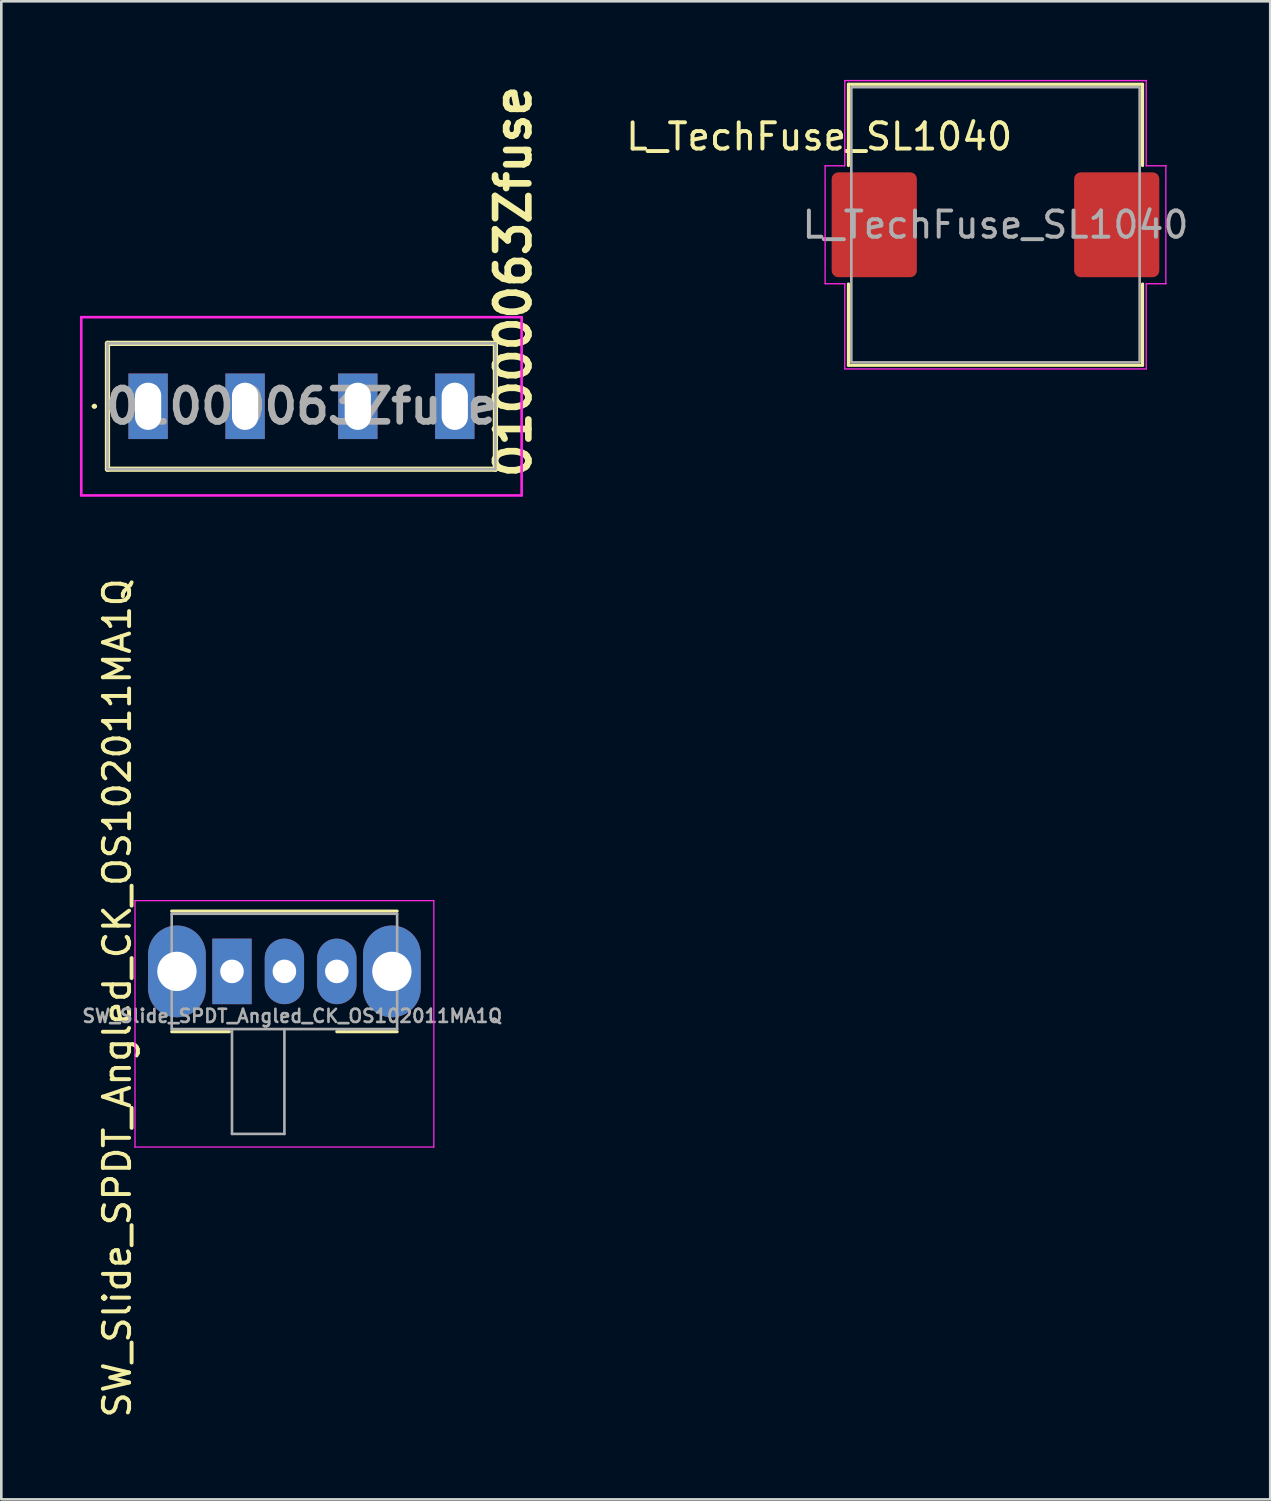
<source format=kicad_pcb>
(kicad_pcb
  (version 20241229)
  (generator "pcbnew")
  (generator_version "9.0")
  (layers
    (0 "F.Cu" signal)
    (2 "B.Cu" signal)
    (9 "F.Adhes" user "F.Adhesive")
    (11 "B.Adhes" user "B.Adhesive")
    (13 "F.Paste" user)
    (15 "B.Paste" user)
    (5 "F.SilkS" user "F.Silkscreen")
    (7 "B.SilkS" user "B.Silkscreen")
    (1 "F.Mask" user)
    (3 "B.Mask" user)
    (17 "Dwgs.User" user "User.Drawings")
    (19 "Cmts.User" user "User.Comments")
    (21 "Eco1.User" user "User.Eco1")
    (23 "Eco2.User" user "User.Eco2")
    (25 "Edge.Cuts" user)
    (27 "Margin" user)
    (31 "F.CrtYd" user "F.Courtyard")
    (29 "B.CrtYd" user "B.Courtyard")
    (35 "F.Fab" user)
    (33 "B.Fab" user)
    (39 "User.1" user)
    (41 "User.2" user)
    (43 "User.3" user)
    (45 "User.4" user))
  (footprint "L_TechFuse_SL1040"
    (layer "F.Cu")
    (at 34.928 5.525)
    (property "Reference" "L_TechFuse_SL1040" (at -6.725 -3.363 0) (layer "F.SilkS") (effects (font (size 1 1) (thickness 0.15))))
    (attr smd)
    (fp_line (start -5.61 -5.36) (end 5.61 -5.36) (stroke (width 0.12) (type solid)) (layer "F.SilkS"))
    (fp_line (start -5.61 -2.26) (end -5.61 -5.36) (stroke (width 0.12) (type solid)) (layer "F.SilkS"))
    (fp_line (start -5.61 5.36) (end -5.61 2.26) (stroke (width 0.12) (type solid)) (layer "F.SilkS"))
    (fp_line (start 5.61 -5.36) (end 5.61 -2.26) (stroke (width 0.12) (type solid)) (layer "F.SilkS"))
    (fp_line (start 5.61 2.26) (end 5.61 5.36) (stroke (width 0.12) (type solid)) (layer "F.SilkS"))
    (fp_line (start 5.61 5.36) (end -5.61 5.36) (stroke (width 0.12) (type solid)) (layer "F.SilkS"))
    (fp_line (start -6.5 -2.25) (end -5.75 -2.25) (stroke (width 0.05) (type solid)) (layer "F.CrtYd"))
    (fp_line (start -6.5 2.25) (end -6.5 -2.25) (stroke (width 0.05) (type solid)) (layer "F.CrtYd"))
    (fp_line (start -5.75 -5.5) (end 5.75 -5.5) (stroke (width 0.05) (type solid)) (layer "F.CrtYd"))
    (fp_line (start -5.75 -2.25) (end -5.75 -5.5) (stroke (width 0.05) (type solid)) (layer "F.CrtYd"))
    (fp_line (start -5.75 2.25) (end -6.5 2.25) (stroke (width 0.05) (type solid)) (layer "F.CrtYd"))
    (fp_line (start -5.75 5.5) (end -5.75 2.25) (stroke (width 0.05) (type solid)) (layer "F.CrtYd"))
    (fp_line (start 5.75 -5.5) (end 5.75 -2.25) (stroke (width 0.05) (type solid)) (layer "F.CrtYd"))
    (fp_line (start 5.75 -2.25) (end 6.5 -2.25) (stroke (width 0.05) (type solid)) (layer "F.CrtYd"))
    (fp_line (start 5.75 2.25) (end 5.75 5.5) (stroke (width 0.05) (type solid)) (layer "F.CrtYd"))
    (fp_line (start 5.75 5.5) (end -5.75 5.5) (stroke (width 0.05) (type solid)) (layer "F.CrtYd"))
    (fp_line (start 6.5 -2.25) (end 6.5 2.25) (stroke (width 0.05) (type solid)) (layer "F.CrtYd"))
    (fp_line (start 6.5 2.25) (end 5.75 2.25) (stroke (width 0.05) (type solid)) (layer "F.CrtYd"))
    (fp_rect (start -5.5 -5.25) (end 5.5 5.25) (stroke (width 0.1) (type solid)) (fill no) (layer "F.Fab"))
    (fp_text user "${REFERENCE}" (at 0 0 0) (layer "F.Fab") (effects (font (size 1 1) (thickness 0.15))))
    (pad "1" smd roundrect (at -4.625 0) (size 3.25 4) (layers "F.Cu" "F.Mask" "F.Paste") (roundrect_rratio 0.077))
    (pad "2" smd roundrect (at 4.625 0) (size 3.25 4) (layers "F.Cu" "F.Mask" "F.Paste") (roundrect_rratio 0.077)))
  (footprint "SW_Slide_SPDT_Angled_CK_OS102011MA1Q"
    (layer "F.Cu")
    (at 5.8 34.009)
    (property "Reference" "SW_Slide_SPDT_Angled_CK_OS102011MA1Q" (at -4.38 1.016 270) (layer "F.SilkS") (effects (font (size 1 1) (thickness 0.15))))
    (attr through_hole)
    (fp_line (start -2.3 -2.3) (end 6.3 -2.3) (stroke (width 0.12) (type solid)) (layer "F.SilkS"))
    (fp_line (start -2.3 2.3) (end -0.1 2.3) (stroke (width 0.12) (type solid)) (layer "F.SilkS"))
    (fp_line (start 4 2.3) (end 6.3 2.3) (stroke (width 0.12) (type solid)) (layer "F.SilkS"))
    (fp_line (start -3.7 -2.7) (end 7.7 -2.7) (stroke (width 0.05) (type solid)) (layer "F.CrtYd"))
    (fp_line (start -3.7 6.7) (end -3.7 -2.7) (stroke (width 0.05) (type solid)) (layer "F.CrtYd"))
    (fp_line (start 7.7 -2.7) (end 7.7 6.7) (stroke (width 0.05) (type solid)) (layer "F.CrtYd"))
    (fp_line (start 7.7 6.7) (end -3.7 6.7) (stroke (width 0.05) (type solid)) (layer "F.CrtYd"))
    (fp_line (start -2.3 -2.2) (end -2.3 2.2) (stroke (width 0.1) (type solid)) (layer "F.Fab"))
    (fp_line (start -2.3 -2.2) (end 6.3 -2.2) (stroke (width 0.1) (type solid)) (layer "F.Fab"))
    (fp_line (start -2.3 2.2) (end 6.3 2.2) (stroke (width 0.1) (type solid)) (layer "F.Fab"))
    (fp_line (start 0 6.2) (end 0 2.2) (stroke (width 0.1) (type solid)) (layer "F.Fab"))
    (fp_line (start 2 2.2) (end 2 6.2) (stroke (width 0.1) (type solid)) (layer "F.Fab"))
    (fp_line (start 2 6.2) (end 0 6.2) (stroke (width 0.1) (type solid)) (layer "F.Fab"))
    (fp_line (start 6.3 2.2) (end 6.3 -2.2) (stroke (width 0.1) (type solid)) (layer "F.Fab"))
    (fp_text user "${REFERENCE}" (at 2.3 1.7 180) (layer "F.Fab") (effects (font (size 0.5 0.5) (thickness 0.1))))
    (pad "" thru_hole oval (at -2.1 0) (size 2.2 3.5) (drill 1.5) (layers "*.Cu" "*.Mask"))
    (pad "" thru_hole oval (at 6.1 0) (size 2.2 3.5) (drill 1.5) (layers "*.Cu" "*.Mask"))
    (pad "1" thru_hole rect (at 0 0) (size 1.5 2.5) (drill 0.9) (layers "*.Cu" "*.Mask"))
    (pad "2" thru_hole oval (at 2 0) (size 1.5 2.5) (drill 0.9) (layers "*.Cu" "*.Mask"))
    (pad "3" thru_hole oval (at 4 0) (size 1.5 2.5) (drill 0.9) (layers "*.Cu" "*.Mask")))
  (footprint "01000063Zfuse"
    (layer "F.Cu")
    (at 2.6 12.45)
    (property "Reference" "01000063Zfuse" (at 13.932 -4.757 90) (layer "F.SilkS") (effects (font (size 1.27 1.27) (thickness 0.254))))
    (attr through_hole)
    (fp_line (start -2.1 0) (end -2.1 0) (stroke (width 0.1) (type solid)) (layer "F.SilkS"))
    (fp_line (start -2 0) (end -2 0) (stroke (width 0.1) (type solid)) (layer "F.SilkS"))
    (fp_line (start -1.55 -2.4) (end 13.25 -2.4) (stroke (width 0.2) (type solid)) (layer "F.SilkS"))
    (fp_line (start -1.55 2.4) (end -1.55 -2.4) (stroke (width 0.2) (type solid)) (layer "F.SilkS"))
    (fp_line (start 13.25 -2.4) (end 13.25 2.4) (stroke (width 0.2) (type solid)) (layer "F.SilkS"))
    (fp_line (start 13.25 2.4) (end -1.55 2.4) (stroke (width 0.2) (type solid)) (layer "F.SilkS"))
    (fp_arc (start -2.1 0) (mid -2.05 -0.05) (end -2 0) (stroke (width 0.1) (type solid)) (layer "F.SilkS"))
    (fp_arc (start -2 0) (mid -2.05 0.05) (end -2.1 0) (stroke (width 0.1) (type solid)) (layer "F.SilkS"))
    (fp_line (start -2.55 -3.4) (end 14.25 -3.4) (stroke (width 0.1) (type solid)) (layer "F.CrtYd"))
    (fp_line (start -2.55 3.4) (end -2.55 -3.4) (stroke (width 0.1) (type solid)) (layer "F.CrtYd"))
    (fp_line (start 14.25 -3.4) (end 14.25 3.4) (stroke (width 0.1) (type solid)) (layer "F.CrtYd"))
    (fp_line (start 14.25 3.4) (end -2.55 3.4) (stroke (width 0.1) (type solid)) (layer "F.CrtYd"))
    (fp_line (start -1.55 -2.4) (end 13.25 -2.4) (stroke (width 0.1) (type solid)) (layer "F.Fab"))
    (fp_line (start -1.55 2.4) (end -1.55 -2.4) (stroke (width 0.1) (type solid)) (layer "F.Fab"))
    (fp_line (start 13.25 -2.4) (end 13.25 2.4) (stroke (width 0.1) (type solid)) (layer "F.Fab"))
    (fp_line (start 13.25 2.4) (end -1.55 2.4) (stroke (width 0.1) (type solid)) (layer "F.Fab"))
    (fp_text user "${REFERENCE}" (at 5.85 0 0) (layer "F.Fab") (effects (font (size 1.27 1.27) (thickness 0.254))))
    (pad "1" thru_hole trapezoid (at 0 0) (size 1.5 2.5) (drill oval 1 1.8) (layers "*.Cu" "*.Mask"))
    (pad "2" thru_hole trapezoid (at 3.7 0) (size 1.5 2.5) (drill oval 1 1.8) (layers "*.Cu" "*.Mask"))
    (pad "3" thru_hole rect (at 8 0) (size 1.5 2.5) (drill oval 1 1.8) (layers "*.Cu" "*.Mask"))
    (pad "4" thru_hole rect (at 11.7 0) (size 1.5 2.5) (drill oval 1 1.8) (layers "*.Cu" "*.Mask")))
  (gr_rect
    (start -3 -3)
    (end 45.41 54.15)
    (stroke (width 0.1) (type default))
    (fill no)
    (layer "Edge.Cuts")))
</source>
